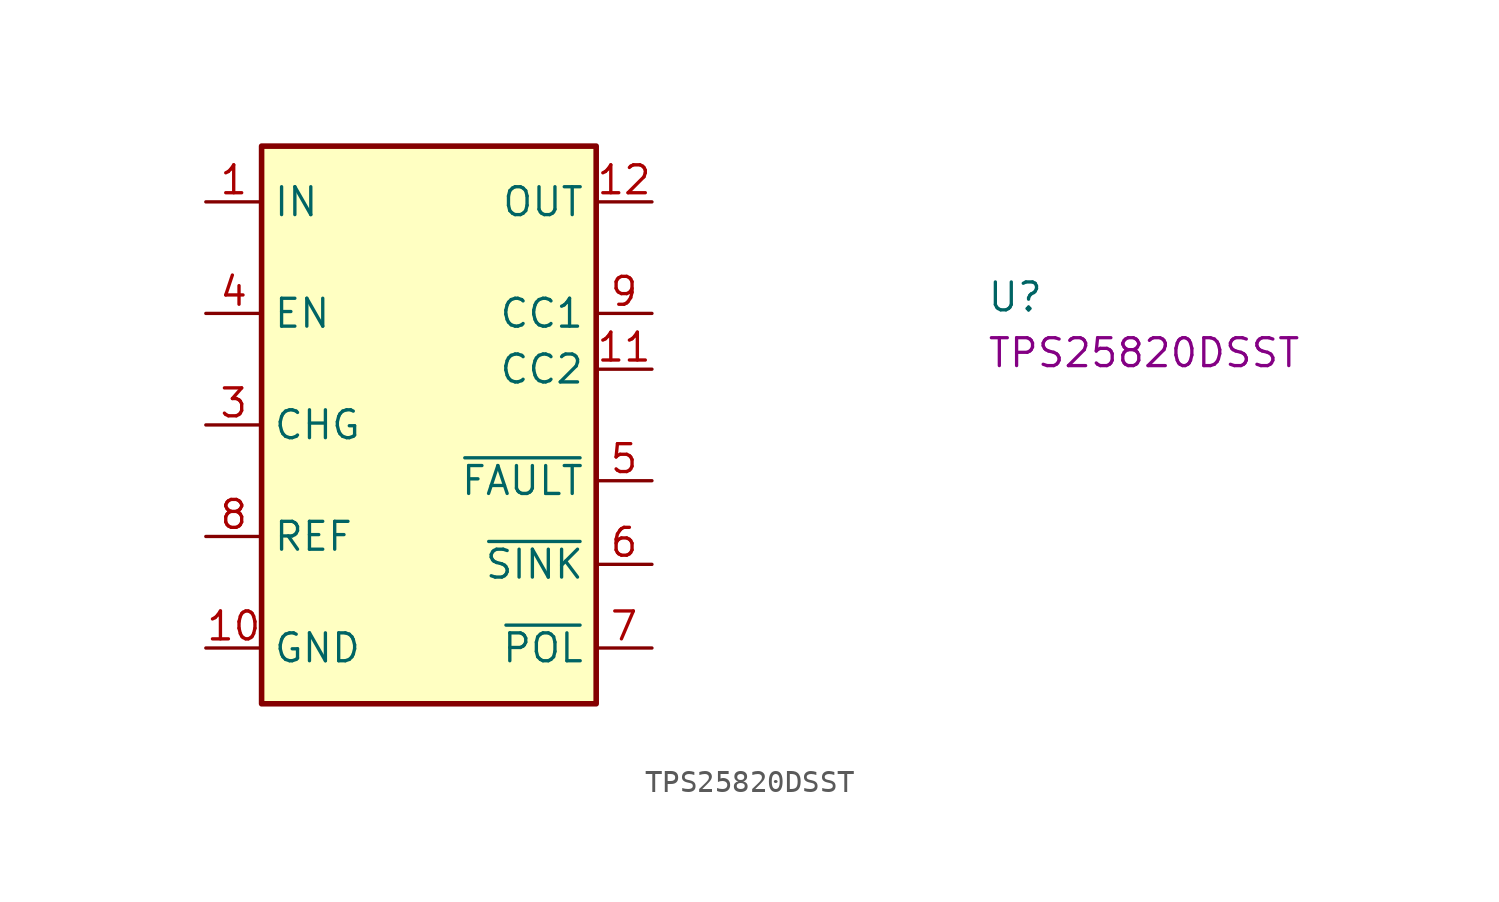
<source format=kicad_sym>
(kicad_symbol_lib
  (version 20220914)
  (generator kicad_symbol_editor)
  (symbol "TPS25820DSST"
    (property "Reference" "U"
      (at 35.56 -5.08 0)
      (effects (font (size 1.27 1.27) (thickness 0.15)) (justify left bottom)))
    (property "MPN" "TPS25820DSST"
      (at 35.56 -7.62 0)
      (effects (font (size 1.27 1.27) (thickness 0.15)) (justify left bottom)))
    (symbol "TPS25820DSST_1_1"
      (rectangle (start 2.54 2.54) (end 17.78 -22.86) (stroke (width 0.254) (type default)) (fill (type background)))
      (pin power_in line (at 0 0 0) (length 2.54) (name "IN" (effects (font (size 1.27 1.27)))) (number "1" (effects (font (size 1.27 1.27)))))
      (pin input line (at 0 -20.32 0) (length 2.54) (name "GND" (effects (font (size 1.27 1.27)))) (number "10" (effects (font (size 1.27 1.27)))))
      (pin bidirectional line (at 20.32 -7.62 180) (length 2.54) (name "CC2" (effects (font (size 1.27 1.27)))) (number "11" (effects (font (size 1.27 1.27)))))
      (pin power_out line (at 20.32 0 180) (length 2.54) (name "OUT" (effects (font (size 1.27 1.27)))) (number "12" (effects (font (size 1.27 1.27)))))
      (pin passive line (at 0 -20.32 0) (length 2.54) hide (name "GND" (effects (font (size 1.27 1.27)))) (number "13" (effects (font (size 1.27 1.27)))))
      (pin passive line (at 0 0 0) (length 2.54) hide (name "IN" (effects (font (size 1.27 1.27)))) (number "2" (effects (font (size 1.27 1.27)))))
      (pin input line (at 0 -10.16 0) (length 2.54) (name "CHG" (effects (font (size 1.27 1.27)))) (number "3" (effects (font (size 1.27 1.27)))))
      (pin input line (at 0 -5.08 0) (length 2.54) (name "EN" (effects (font (size 1.27 1.27)))) (number "4" (effects (font (size 1.27 1.27)))))
      (pin output line (at 20.32 -12.7 180) (length 2.54) (name "~{FAULT}" (effects (font (size 1.27 1.27)))) (number "5" (effects (font (size 1.27 1.27)))))
      (pin output line (at 20.32 -16.51 180) (length 2.54) (name "~{SINK}" (effects (font (size 1.27 1.27)))) (number "6" (effects (font (size 1.27 1.27)))))
      (pin output line (at 20.32 -20.32 180) (length 2.54) (name "~{POL}" (effects (font (size 1.27 1.27)))) (number "7" (effects (font (size 1.27 1.27)))))
      (pin input line (at 0 -15.24 0) (length 2.54) (name "REF" (effects (font (size 1.27 1.27)))) (number "8" (effects (font (size 1.27 1.27)))))
      (pin bidirectional line (at 20.32 -5.08 180) (length 2.54) (name "CC1" (effects (font (size 1.27 1.27)))) (number "9" (effects (font (size 1.27 1.27))))))))
</source>
